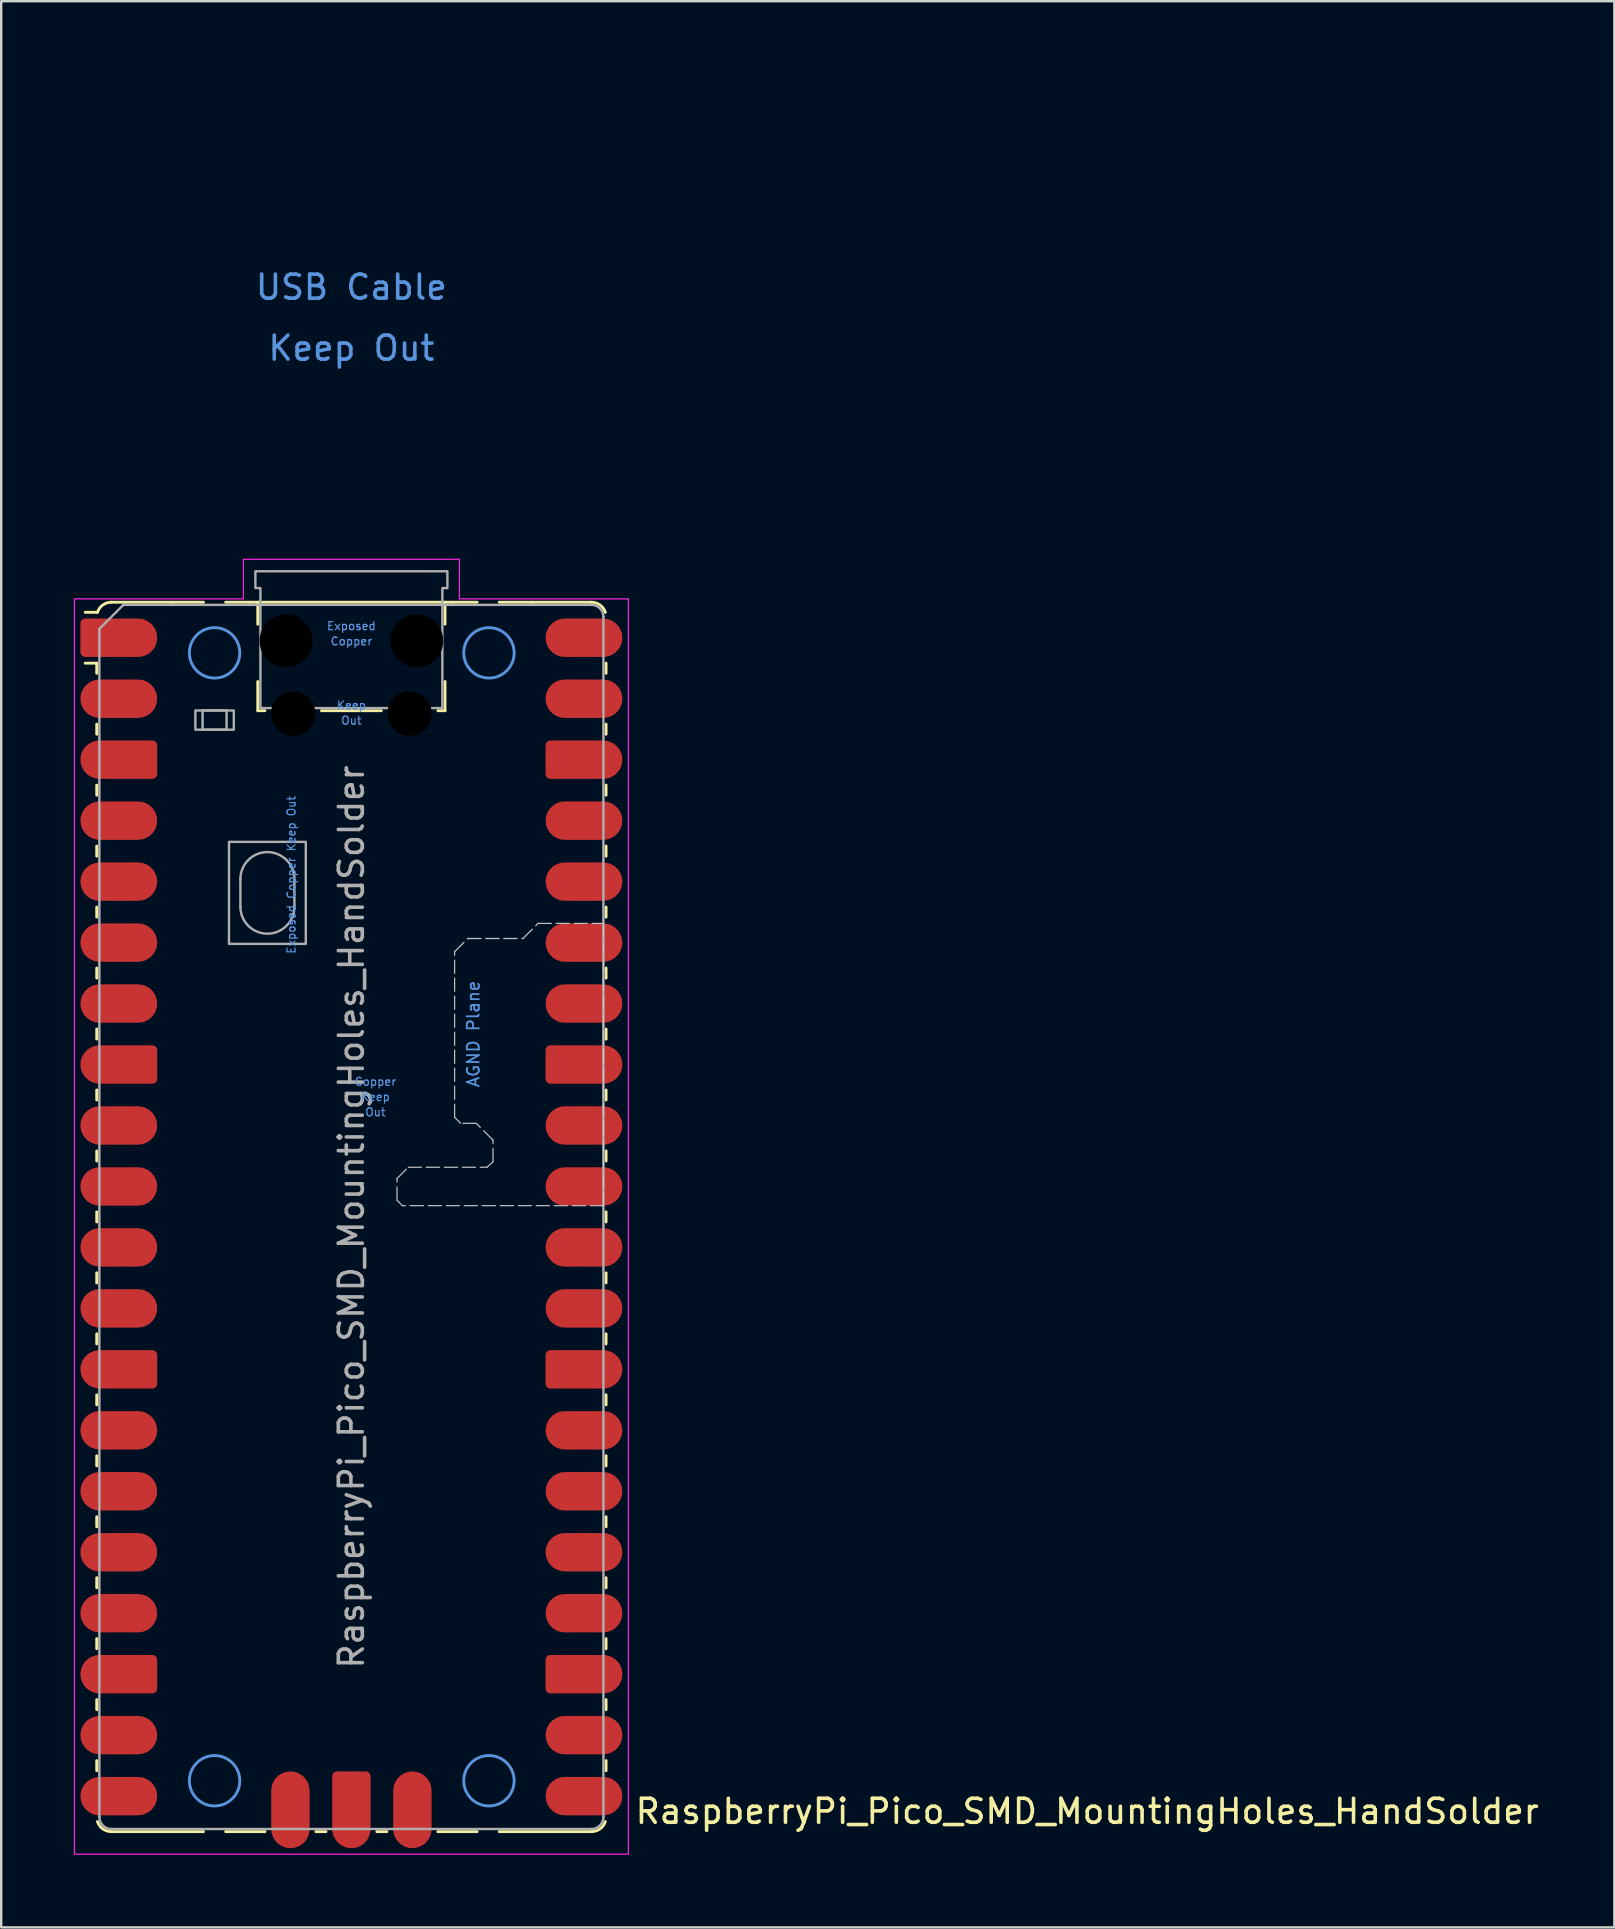
<source format=kicad_pcb>
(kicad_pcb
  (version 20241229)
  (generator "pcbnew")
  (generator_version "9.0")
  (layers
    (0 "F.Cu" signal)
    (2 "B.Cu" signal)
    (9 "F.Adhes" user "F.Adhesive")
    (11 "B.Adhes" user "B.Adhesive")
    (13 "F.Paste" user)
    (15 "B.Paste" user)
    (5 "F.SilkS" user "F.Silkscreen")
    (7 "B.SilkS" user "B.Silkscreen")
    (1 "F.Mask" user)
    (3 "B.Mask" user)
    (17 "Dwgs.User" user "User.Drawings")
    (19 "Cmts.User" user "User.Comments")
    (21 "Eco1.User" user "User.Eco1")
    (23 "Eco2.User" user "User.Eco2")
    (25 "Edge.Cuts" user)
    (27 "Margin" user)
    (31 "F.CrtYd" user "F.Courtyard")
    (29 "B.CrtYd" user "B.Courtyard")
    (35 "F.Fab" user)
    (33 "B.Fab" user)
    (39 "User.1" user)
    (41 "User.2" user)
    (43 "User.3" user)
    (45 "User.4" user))
  (footprint "RaspberryPi_Pico_SMD_MountingHoles_HandSolder"
    (layer "F.Cu")
    (at 11.59 47.65)
    (property "Reference" "RaspberryPi_Pico_SMD_MountingHoles_HandSolder" (at 11.748 24.765 0) (unlocked yes) (layer "F.SilkS") (effects (font (size 1 1) (thickness 0.15)) (justify left)))
    (attr smd)
    (fp_line (start -10.61 -23.07) (end -11.09 -23.07) (stroke (width 0.12) (type solid)) (layer "F.SilkS"))
    (fp_line (start -10.61 -23.07) (end -10.61 -22.65) (stroke (width 0.12) (type solid)) (layer "F.SilkS"))
    (fp_line (start -10.61 -20.53) (end -10.61 -20.11) (stroke (width 0.12) (type solid)) (layer "F.SilkS"))
    (fp_line (start -10.61 -17.99) (end -10.61 -17.57) (stroke (width 0.12) (type solid)) (layer "F.SilkS"))
    (fp_line (start -10.61 -15.45) (end -10.61 -15.03) (stroke (width 0.12) (type solid)) (layer "F.SilkS"))
    (fp_line (start -10.61 -12.91) (end -10.61 -12.49) (stroke (width 0.12) (type solid)) (layer "F.SilkS"))
    (fp_line (start -10.61 -10.37) (end -10.61 -9.95) (stroke (width 0.12) (type solid)) (layer "F.SilkS"))
    (fp_line (start -10.61 -7.83) (end -10.61 -7.41) (stroke (width 0.12) (type solid)) (layer "F.SilkS"))
    (fp_line (start -10.61 -5.29) (end -10.61 -4.87) (stroke (width 0.12) (type solid)) (layer "F.SilkS"))
    (fp_line (start -10.61 -2.75) (end -10.61 -2.33) (stroke (width 0.12) (type solid)) (layer "F.SilkS"))
    (fp_line (start -10.61 -0.21) (end -10.61 0.21) (stroke (width 0.12) (type solid)) (layer "F.SilkS"))
    (fp_line (start -10.61 2.33) (end -10.61 2.75) (stroke (width 0.12) (type solid)) (layer "F.SilkS"))
    (fp_line (start -10.61 4.87) (end -10.61 5.29) (stroke (width 0.12) (type solid)) (layer "F.SilkS"))
    (fp_line (start -10.61 7.41) (end -10.61 7.83) (stroke (width 0.12) (type solid)) (layer "F.SilkS"))
    (fp_line (start -10.61 9.95) (end -10.61 10.37) (stroke (width 0.12) (type solid)) (layer "F.SilkS"))
    (fp_line (start -10.61 12.49) (end -10.61 12.91) (stroke (width 0.12) (type solid)) (layer "F.SilkS"))
    (fp_line (start -10.61 15.03) (end -10.61 15.45) (stroke (width 0.12) (type solid)) (layer "F.SilkS"))
    (fp_line (start -10.61 17.57) (end -10.61 17.99) (stroke (width 0.12) (type solid)) (layer "F.SilkS"))
    (fp_line (start -10.61 20.11) (end -10.61 20.53) (stroke (width 0.12) (type solid)) (layer "F.SilkS"))
    (fp_line (start -10.61 22.65) (end -10.61 23.07) (stroke (width 0.12) (type solid)) (layer "F.SilkS"))
    (fp_line (start -10.58 -25.19) (end -11.09 -25.19) (stroke (width 0.12) (type solid)) (layer "F.SilkS"))
    (fp_line (start -10 -25.61) (end -7.51 -25.61) (stroke (width 0.12) (type solid)) (layer "F.SilkS"))
    (fp_line (start -10 25.61) (end -6.162 25.61) (stroke (width 0.12) (type solid)) (layer "F.SilkS"))
    (fp_line (start -7.51 -25.61) (end -6.162 -25.61) (stroke (width 0.12) (type solid)) (layer "F.SilkS"))
    (fp_line (start -5.238 -25.61) (end -4.235 -25.61) (stroke (width 0.12) (type solid)) (layer "F.SilkS"))
    (fp_line (start -4.235 -25.61) (end 4.235 -25.61) (stroke (width 0.12) (type solid)) (layer "F.SilkS"))
    (fp_line (start -3.9 -25.61) (end -3.9 -24.694) (stroke (width 0.12) (type solid)) (layer "F.SilkS"))
    (fp_line (start -3.9 -22.306) (end -3.9 -21.09) (stroke (width 0.12) (type solid)) (layer "F.SilkS"))
    (fp_line (start -3.9 -21.09) (end -3.604 -21.09) (stroke (width 0.12) (type solid)) (layer "F.SilkS"))
    (fp_line (start -3.6 25.61) (end -5.238 25.61) (stroke (width 0.12) (type solid)) (layer "F.SilkS"))
    (fp_line (start -1.48 25.61) (end -1.06 25.61) (stroke (width 0.12) (type solid)) (layer "F.SilkS"))
    (fp_line (start -1.246 -21.09) (end 1.246 -21.09) (stroke (width 0.12) (type solid)) (layer "F.SilkS"))
    (fp_line (start 1.06 25.61) (end 1.48 25.61) (stroke (width 0.12) (type solid)) (layer "F.SilkS"))
    (fp_line (start 3.604 -21.09) (end 3.9 -21.09) (stroke (width 0.12) (type solid)) (layer "F.SilkS"))
    (fp_line (start 3.9 -25.61) (end 3.9 -24.694) (stroke (width 0.12) (type solid)) (layer "F.SilkS"))
    (fp_line (start 3.9 -22.306) (end 3.9 -21.09) (stroke (width 0.12) (type solid)) (layer "F.SilkS"))
    (fp_line (start 4.235 -25.61) (end 5.238 -25.61) (stroke (width 0.12) (type solid)) (layer "F.SilkS"))
    (fp_line (start 5.238 25.61) (end 3.6 25.61) (stroke (width 0.12) (type solid)) (layer "F.SilkS"))
    (fp_line (start 6.162 -25.61) (end 7.51 -25.61) (stroke (width 0.12) (type solid)) (layer "F.SilkS"))
    (fp_line (start 6.162 25.61) (end 10 25.61) (stroke (width 0.12) (type solid)) (layer "F.SilkS"))
    (fp_line (start 10 -25.61) (end 7.51 -25.61) (stroke (width 0.12) (type solid)) (layer "F.SilkS"))
    (fp_line (start 10.61 -23.07) (end 10.61 -22.65) (stroke (width 0.12) (type solid)) (layer "F.SilkS"))
    (fp_line (start 10.61 -20.53) (end 10.61 -20.11) (stroke (width 0.12) (type solid)) (layer "F.SilkS"))
    (fp_line (start 10.61 -17.99) (end 10.61 -17.57) (stroke (width 0.12) (type solid)) (layer "F.SilkS"))
    (fp_line (start 10.61 -15.45) (end 10.61 -15.03) (stroke (width 0.12) (type solid)) (layer "F.SilkS"))
    (fp_line (start 10.61 -12.91) (end 10.61 -12.49) (stroke (width 0.12) (type solid)) (layer "F.SilkS"))
    (fp_line (start 10.61 -10.37) (end 10.61 -9.95) (stroke (width 0.12) (type solid)) (layer "F.SilkS"))
    (fp_line (start 10.61 -7.83) (end 10.61 -7.41) (stroke (width 0.12) (type solid)) (layer "F.SilkS"))
    (fp_line (start 10.61 -5.29) (end 10.61 -4.87) (stroke (width 0.12) (type solid)) (layer "F.SilkS"))
    (fp_line (start 10.61 -2.75) (end 10.61 -2.33) (stroke (width 0.12) (type solid)) (layer "F.SilkS"))
    (fp_line (start 10.61 -0.21) (end 10.61 0.21) (stroke (width 0.12) (type solid)) (layer "F.SilkS"))
    (fp_line (start 10.61 2.33) (end 10.61 2.75) (stroke (width 0.12) (type solid)) (layer "F.SilkS"))
    (fp_line (start 10.61 4.87) (end 10.61 5.29) (stroke (width 0.12) (type solid)) (layer "F.SilkS"))
    (fp_line (start 10.61 7.41) (end 10.61 7.83) (stroke (width 0.12) (type solid)) (layer "F.SilkS"))
    (fp_line (start 10.61 9.95) (end 10.61 10.37) (stroke (width 0.12) (type solid)) (layer "F.SilkS"))
    (fp_line (start 10.61 12.49) (end 10.61 12.91) (stroke (width 0.12) (type solid)) (layer "F.SilkS"))
    (fp_line (start 10.61 15.03) (end 10.61 15.45) (stroke (width 0.12) (type solid)) (layer "F.SilkS"))
    (fp_line (start 10.61 17.57) (end 10.61 17.99) (stroke (width 0.12) (type solid)) (layer "F.SilkS"))
    (fp_line (start 10.61 20.11) (end 10.61 20.53) (stroke (width 0.12) (type solid)) (layer "F.SilkS"))
    (fp_line (start 10.61 22.65) (end 10.61 23.07) (stroke (width 0.12) (type solid)) (layer "F.SilkS"))
    (fp_arc (start -10.579676 -25.19) (mid -10.357938 -25.493944) (end -10 -25.61) (stroke (width 0.12) (type solid)) (layer "F.SilkS"))
    (fp_arc (start -10 25.61) (mid -10.357937 25.493944) (end -10.579676 25.189937) (stroke (width 0.12) (type solid)) (layer "F.SilkS"))
    (fp_arc (start 10 -25.61) (mid 10.357937 -25.493944) (end 10.579676 -25.189937) (stroke (width 0.12) (type solid)) (layer "F.SilkS"))
    (fp_arc (start 10.579676 25.189937) (mid 10.357958 25.493991) (end 10 25.61) (stroke (width 0.12) (type solid)) (layer "F.SilkS"))
    (fp_poly (pts (xy 10.5 -0.47) (xy 2.12 -0.47) (xy 1.9 -0.7) (xy 1.9 -1.6) (xy 2.37 -2.07) (xy 5.65 -2.07) (xy 5.9 -2.3) (xy 5.9 -3.2) (xy 5.2 -3.9) (xy 4.55 -3.9) (xy 4.3 -4.15) (xy 4.3 -11.05) (xy 4.85 -11.6) (xy 7.15 -11.6) (xy 7.78 -12.23) (xy 10.5 -12.23)) (stroke (width 0.05) (type dash)) (fill no) (layer "Dwgs.User"))
    (fp_circle (center -5.7 -23.5) (end -4.65 -23.5) (stroke (width 0.12) (type solid)) (fill no) (layer "Cmts.User"))
    (fp_circle (center -5.7 23.49) (end -4.65 23.49) (stroke (width 0.12) (type solid)) (fill no) (layer "Cmts.User"))
    (fp_circle (center 5.73 -23.5) (end 6.78 -23.5) (stroke (width 0.12) (type solid)) (fill no) (layer "Cmts.User"))
    (fp_circle (center 5.73 23.49) (end 6.78 23.49) (stroke (width 0.12) (type solid)) (fill no) (layer "Cmts.User"))
    (fp_poly (pts (xy -4.5 -27.4) (xy 4.5 -27.4) (xy 4.5 -25.75) (xy 11.54 -25.75) (xy 11.54 26.55) (xy -11.54 26.55) (xy -11.54 -25.75) (xy -4.5 -25.75)) (stroke (width 0.05) (type solid)) (fill no) (layer "F.CrtYd"))
    (fp_line (start -10.5 -24.5) (end -9.5 -25.5) (stroke (width 0.1) (type solid)) (layer "F.Fab"))
    (fp_line (start -10.5 25) (end -10.5 -24.5) (stroke (width 0.1) (type solid)) (layer "F.Fab"))
    (fp_line (start -9.5 -25.5) (end 10 -25.5) (stroke (width 0.1) (type solid)) (layer "F.Fab"))
    (fp_line (start -4.625 -14.075) (end -4.625 -12.925) (stroke (width 0.1) (type solid)) (layer "F.Fab"))
    (fp_line (start -2.375 -14.075) (end -2.375 -12.925) (stroke (width 0.1) (type solid)) (layer "F.Fab"))
    (fp_line (start 10 25.5) (end -10 25.5) (stroke (width 0.1) (type solid)) (layer "F.Fab"))
    (fp_line (start 10.5 -25) (end 10.5 25) (stroke (width 0.1) (type solid)) (layer "F.Fab"))
    (fp_rect (start -6.5 -21.1) (end -4.9 -20.3) (stroke (width 0.1) (type solid)) (fill no) (layer "F.Fab"))
    (fp_rect (start -6.2 -21.1) (end -5.2 -20.3) (stroke (width 0.1) (type solid)) (fill no) (layer "F.Fab"))
    (fp_rect (start -5.1 -15.625) (end -1.9 -11.375) (stroke (width 0.1) (type solid)) (fill no) (layer "F.Fab"))
    (fp_arc (start -10 25.5) (mid -10.353553 25.353553) (end -10.5 25) (stroke (width 0.1) (type solid)) (layer "F.Fab"))
    (fp_arc (start -4.625 -14.075) (mid -3.5 -15.2) (end -2.375 -14.075) (stroke (width 0.1) (type solid)) (layer "F.Fab"))
    (fp_arc (start -2.375 -12.925) (mid -3.5 -11.8) (end -4.625 -12.925) (stroke (width 0.1) (type solid)) (layer "F.Fab"))
    (fp_arc (start 10 -25.5) (mid 10.353553 -25.353553) (end 10.5 -25) (stroke (width 0.1) (type solid)) (layer "F.Fab"))
    (fp_arc (start 10.5 25) (mid 10.353553 25.353553) (end 10 25.5) (stroke (width 0.1) (type solid)) (layer "F.Fab"))
    (fp_poly (pts (xy 3.79 -21.2) (xy 3.79 -26.2) (xy 4 -26.2) (xy 4 -26.9) (xy -4 -26.9) (xy -4 -26.2) (xy -3.79 -26.2) (xy -3.79 -21.2)) (stroke (width 0.1) (type solid)) (fill no) (layer "F.Fab"))
    (fp_text user "Keep" (at 0 -21.317 0) (unlocked yes) (layer "Cmts.User") (effects (font (size 0.333 0.333) (thickness 0.05))))
    (fp_text user "Out" (at 0 -20.683 0) (unlocked yes) (layer "Cmts.User") (effects (font (size 0.333 0.333) (thickness 0.05))))
    (fp_text user "Copper" (at 0 -23.983 0) (unlocked yes) (layer "Cmts.User") (effects (font (size 0.333 0.333) (thickness 0.05))))
    (fp_text user "Copper" (at 1 -5.635 0) (unlocked yes) (layer "Cmts.User") (effects (font (size 0.333 0.333) (thickness 0.05))))
    (fp_text user "AGND Plane" (at 5.08 -7.62 90) (unlocked yes) (layer "Cmts.User") (effects (font (size 0.5 0.5) (thickness 0.075))))
    (fp_text user "Keep Out" (at 0 -36.195 0) (unlocked yes) (layer "Cmts.User") (effects (font (size 1 1) (thickness 0.15))))
    (fp_text user "Exposed" (at 0 -24.617 0) (unlocked yes) (layer "Cmts.User") (effects (font (size 0.333 0.333) (thickness 0.05))))
    (fp_text user "Keep" (at 1 -5 0) (unlocked yes) (layer "Cmts.User") (effects (font (size 0.333 0.333) (thickness 0.05))))
    (fp_text user "Exposed Copper Keep Out" (at -2.5 -14.25 90) (unlocked yes) (layer "Cmts.User") (effects (font (size 0.333 0.333) (thickness 0.05))))
    (fp_text user "Out" (at 1 -4.365 0) (unlocked yes) (layer "Cmts.User") (effects (font (size 0.333 0.333) (thickness 0.05))))
    (fp_text user "USB Cable" (at 0 -38.735 0) (unlocked yes) (layer "Cmts.User") (effects (font (size 1 1) (thickness 0.15))))
    (fp_text user "${REFERENCE}" (at 0 0 90) (layer "F.Fab") (effects (font (size 1 1) (thickness 0.15))))
    (pad "" smd rect (at -8.89 -24.13) (size 3.8 2.2) (drill (offset -0.8 0)) (layers "F.Paste"))
    (pad "" smd rect (at -8.89 -21.59) (size 3.8 2.2) (drill (offset -0.8 0)) (layers "F.Paste"))
    (pad "" smd rect (at -8.89 -19.05) (size 3.8 2.2) (drill (offset -0.8 0)) (layers "F.Paste"))
    (pad "" smd rect (at -8.89 -16.51) (size 3.8 2.2) (drill (offset -0.8 0)) (layers "F.Paste"))
    (pad "" smd rect (at -8.89 -13.97) (size 3.8 2.2) (drill (offset -0.8 0)) (layers "F.Paste"))
    (pad "" smd rect (at -8.89 -11.43) (size 3.8 2.2) (drill (offset -0.8 0)) (layers "F.Paste"))
    (pad "" smd rect (at -8.89 -8.89) (size 3.8 2.2) (drill (offset -0.8 0)) (layers "F.Paste"))
    (pad "" smd rect (at -8.89 -6.35) (size 3.8 2.2) (drill (offset -0.8 0)) (layers "F.Paste"))
    (pad "" smd rect (at -8.89 -3.81) (size 3.8 2.2) (drill (offset -0.8 0)) (layers "F.Paste"))
    (pad "" smd rect (at -8.89 -1.27) (size 3.8 2.2) (drill (offset -0.8 0)) (layers "F.Paste"))
    (pad "" smd rect (at -8.89 1.27) (size 3.8 2.2) (drill (offset -0.8 0)) (layers "F.Paste"))
    (pad "" smd rect (at -8.89 3.81) (size 3.8 2.2) (drill (offset -0.8 0)) (layers "F.Paste"))
    (pad "" smd rect (at -8.89 6.35) (size 3.8 2.2) (drill (offset -0.8 0)) (layers "F.Paste"))
    (pad "" smd rect (at -8.89 8.89) (size 3.8 2.2) (drill (offset -0.8 0)) (layers "F.Paste"))
    (pad "" smd rect (at -8.89 11.43) (size 3.8 2.2) (drill (offset -0.8 0)) (layers "F.Paste"))
    (pad "" smd rect (at -8.89 13.97) (size 3.8 2.2) (drill (offset -0.8 0)) (layers "F.Paste"))
    (pad "" smd rect (at -8.89 16.51) (size 3.8 2.2) (drill (offset -0.8 0)) (layers "F.Paste"))
    (pad "" smd rect (at -8.89 19.05) (size 3.8 2.2) (drill (offset -0.8 0)) (layers "F.Paste"))
    (pad "" smd rect (at -8.89 21.59) (size 3.8 2.2) (drill (offset -0.8 0)) (layers "F.Paste"))
    (pad "" smd rect (at -8.89 24.13) (size 3.8 2.2) (drill (offset -0.8 0)) (layers "F.Paste"))
    (pad "" np_thru_hole circle (at -2.725 -24) (size 2.2 2.2) (drill 2.2) (layers "*.Mask"))
    (pad "" smd rect (at -2.54 23.9) (size 2.2 3.8) (drill (offset 0 0.8)) (layers "F.Paste"))
    (pad "" np_thru_hole circle (at -2.425 -20.97) (size 1.85 1.85) (drill 1.85) (layers "*.Mask"))
    (pad "" smd rect (at 0 23.9) (size 2.2 3.8) (drill (offset 0 0.8)) (layers "F.Paste"))
    (pad "" np_thru_hole circle (at 2.425 -20.97) (size 1.85 1.85) (drill 1.85) (layers "*.Mask"))
    (pad "" smd rect (at 2.54 23.9) (size 2.2 3.8) (drill (offset 0 0.8)) (layers "F.Paste"))
    (pad "" np_thru_hole circle (at 2.725 -24) (size 2.2 2.2) (drill 2.2) (layers "*.Mask"))
    (pad "" smd rect (at 8.89 -24.13) (size 3.8 2.2) (drill (offset 0.8 0)) (layers "F.Paste"))
    (pad "" smd rect (at 8.89 -21.59) (size 3.8 2.2) (drill (offset 0.8 0)) (layers "F.Paste"))
    (pad "" smd rect (at 8.89 -19.05) (size 3.8 2.2) (drill (offset 0.8 0)) (layers "F.Paste"))
    (pad "" smd rect (at 8.89 -16.51) (size 3.8 2.2) (drill (offset 0.8 0)) (layers "F.Paste"))
    (pad "" smd rect (at 8.89 -13.97) (size 3.8 2.2) (drill (offset 0.8 0)) (layers "F.Paste"))
    (pad "" smd rect (at 8.89 -11.43) (size 3.8 2.2) (drill (offset 0.8 0)) (layers "F.Paste"))
    (pad "" smd rect (at 8.89 -8.89) (size 3.8 2.2) (drill (offset 0.8 0)) (layers "F.Paste"))
    (pad "" smd rect (at 8.89 -6.35) (size 3.8 2.2) (drill (offset 0.8 0)) (layers "F.Paste"))
    (pad "" smd rect (at 8.89 -3.81) (size 3.8 2.2) (drill (offset 0.8 0)) (layers "F.Paste"))
    (pad "" smd rect (at 8.89 -1.27) (size 3.8 2.2) (drill (offset 0.8 0)) (layers "F.Paste"))
    (pad "" smd rect (at 8.89 1.27) (size 3.8 2.2) (drill (offset 0.8 0)) (layers "F.Paste"))
    (pad "" smd rect (at 8.89 3.81) (size 3.8 2.2) (drill (offset 0.8 0)) (layers "F.Paste"))
    (pad "" smd rect (at 8.89 6.35) (size 3.8 2.2) (drill (offset 0.8 0)) (layers "F.Paste"))
    (pad "" smd rect (at 8.89 8.89) (size 3.8 2.2) (drill (offset 0.8 0)) (layers "F.Paste"))
    (pad "" smd rect (at 8.89 11.43) (size 3.8 2.2) (drill (offset 0.8 0)) (layers "F.Paste"))
    (pad "" smd rect (at 8.89 13.97) (size 3.8 2.2) (drill (offset 0.8 0)) (layers "F.Paste"))
    (pad "" smd rect (at 8.89 16.51) (size 3.8 2.2) (drill (offset 0.8 0)) (layers "F.Paste"))
    (pad "" smd rect (at 8.89 19.05) (size 3.8 2.2) (drill (offset 0.8 0)) (layers "F.Paste"))
    (pad "" smd rect (at 8.89 21.59) (size 3.8 2.2) (drill (offset 0.8 0)) (layers "F.Paste"))
    (pad "" smd rect (at 8.89 24.13) (size 3.8 2.2) (drill (offset 0.8 0)) (layers "F.Paste"))
    (pad "1" smd custom (at -8.89 -24.13) (size 1.6 1.6) (layers "F.Cu" "F.Mask") (options (anchor circle)) (primitives (gr_poly (pts (xy -2.4 0.6) (xy -2.4 -0.6) (xy -2.2 -0.8) (xy 0 -0.8) (xy 0 0.8) (xy -2.2 0.8)) (width 0) (fill yes)) (gr_circle (center -2.2 0.6) (end -2 0.6) (width 0) (fill yes)) (gr_circle (center -2.2 -0.6) (end -2 -0.6) (width 0) (fill yes))))
    (pad "2" smd roundrect (at -8.89 -21.59) (size 3.2 1.6) (drill (offset -0.8 0)) (layers "F.Cu" "F.Mask") (roundrect_rratio 0.5))
    (pad "3" smd custom (at -8.89 -19.05) (size 1.6 1.6) (layers "F.Cu" "F.Mask") (options (anchor circle)) (primitives (gr_poly (pts (xy 0.8 -0.6) (xy 0.8 0.6) (xy 0.6 0.8) (xy -1.6 0.8) (xy -1.6 -0.8) (xy 0.6 -0.8)) (width 0) (fill yes)) (gr_circle (center 0.6 0.6) (end 0.8 0.6) (width 0) (fill yes)) (gr_circle (center 0.6 -0.6) (end 0.8 -0.6) (width 0) (fill yes)) (gr_circle (center -1.6 0) (end -0.8 0) (width 0) (fill yes))))
    (pad "4" smd roundrect (at -8.89 -16.51) (size 3.2 1.6) (drill (offset -0.8 0)) (layers "F.Cu" "F.Mask") (roundrect_rratio 0.5))
    (pad "5" smd roundrect (at -8.89 -13.97) (size 3.2 1.6) (drill (offset -0.8 0)) (layers "F.Cu" "F.Mask") (roundrect_rratio 0.5))
    (pad "6" smd roundrect (at -8.89 -11.43) (size 3.2 1.6) (drill (offset -0.8 0)) (layers "F.Cu" "F.Mask") (roundrect_rratio 0.5))
    (pad "7" smd roundrect (at -8.89 -8.89) (size 3.2 1.6) (drill (offset -0.8 0)) (layers "F.Cu" "F.Mask") (roundrect_rratio 0.5))
    (pad "8" smd custom (at -8.89 -6.35) (size 1.6 1.6) (layers "F.Cu" "F.Mask") (options (anchor circle)) (primitives (gr_poly (pts (xy 0.8 -0.6) (xy 0.8 0.6) (xy 0.6 0.8) (xy -1.6 0.8) (xy -1.6 -0.8) (xy 0.6 -0.8)) (width 0) (fill yes)) (gr_circle (center 0.6 0.6) (end 0.8 0.6) (width 0) (fill yes)) (gr_circle (center 0.6 -0.6) (end 0.8 -0.6) (width 0) (fill yes)) (gr_circle (center -1.6 0) (end -0.8 0) (width 0) (fill yes))))
    (pad "9" smd roundrect (at -8.89 -3.81) (size 3.2 1.6) (drill (offset -0.8 0)) (layers "F.Cu" "F.Mask") (roundrect_rratio 0.5))
    (pad "10" smd roundrect (at -8.89 -1.27) (size 3.2 1.6) (drill (offset -0.8 0)) (layers "F.Cu" "F.Mask") (roundrect_rratio 0.5))
    (pad "11" smd roundrect (at -8.89 1.27) (size 3.2 1.6) (drill (offset -0.8 0)) (layers "F.Cu" "F.Mask") (roundrect_rratio 0.5))
    (pad "12" smd roundrect (at -8.89 3.81) (size 3.2 1.6) (drill (offset -0.8 0)) (layers "F.Cu" "F.Mask") (roundrect_rratio 0.5))
    (pad "13" smd custom (at -8.89 6.35) (size 1.6 1.6) (layers "F.Cu" "F.Mask") (options (anchor circle)) (primitives (gr_poly (pts (xy 0.8 -0.6) (xy 0.8 0.6) (xy 0.6 0.8) (xy -1.6 0.8) (xy -1.6 -0.8) (xy 0.6 -0.8)) (width 0) (fill yes)) (gr_circle (center 0.6 0.6) (end 0.8 0.6) (width 0) (fill yes)) (gr_circle (center 0.6 -0.6) (end 0.8 -0.6) (width 0) (fill yes)) (gr_circle (center -1.6 0) (end -0.8 0) (width 0) (fill yes))))
    (pad "14" smd roundrect (at -8.89 8.89) (size 3.2 1.6) (drill (offset -0.8 0)) (layers "F.Cu" "F.Mask") (roundrect_rratio 0.5))
    (pad "15" smd roundrect (at -8.89 11.43) (size 3.2 1.6) (drill (offset -0.8 0)) (layers "F.Cu" "F.Mask") (roundrect_rratio 0.5))
    (pad "16" smd roundrect (at -8.89 13.97) (size 3.2 1.6) (drill (offset -0.8 0)) (layers "F.Cu" "F.Mask") (roundrect_rratio 0.5))
    (pad "17" smd roundrect (at -8.89 16.51) (size 3.2 1.6) (drill (offset -0.8 0)) (layers "F.Cu" "F.Mask") (roundrect_rratio 0.5))
    (pad "18" smd custom (at -8.89 19.05) (size 1.6 1.6) (layers "F.Cu" "F.Mask") (options (anchor circle)) (primitives (gr_poly (pts (xy 0.8 -0.6) (xy 0.8 0.6) (xy 0.6 0.8) (xy -1.6 0.8) (xy -1.6 -0.8) (xy 0.6 -0.8)) (width 0) (fill yes)) (gr_circle (center 0.6 0.6) (end 0.8 0.6) (width 0) (fill yes)) (gr_circle (center 0.6 -0.6) (end 0.8 -0.6) (width 0) (fill yes)) (gr_circle (center -1.6 0) (end -0.8 0) (width 0) (fill yes))))
    (pad "19" smd roundrect (at -8.89 21.59) (size 3.2 1.6) (drill (offset -0.8 0)) (layers "F.Cu" "F.Mask") (roundrect_rratio 0.5))
    (pad "20" smd roundrect (at -8.89 24.13) (size 3.2 1.6) (drill (offset -0.8 0)) (layers "F.Cu" "F.Mask") (roundrect_rratio 0.5))
    (pad "21" smd roundrect (at 8.89 24.13) (size 3.2 1.6) (drill (offset 0.8 0)) (layers "F.Cu" "F.Mask") (roundrect_rratio 0.5))
    (pad "22" smd roundrect (at 8.89 21.59) (size 3.2 1.6) (drill (offset 0.8 0)) (layers "F.Cu" "F.Mask") (roundrect_rratio 0.5))
    (pad "23" smd custom (at 8.89 19.05) (size 1.6 1.6) (layers "F.Cu" "F.Mask") (options (anchor circle)) (primitives (gr_poly (pts (xy -0.8 -0.6) (xy -0.8 0.6) (xy -0.6 0.8) (xy 1.6 0.8) (xy 1.6 -0.8) (xy -0.6 -0.8)) (width 0) (fill yes)) (gr_circle (center -0.6 0.6) (end -0.4 0.6) (width 0) (fill yes)) (gr_circle (center -0.6 -0.6) (end -0.4 -0.6) (width 0) (fill yes)) (gr_circle (center 1.6 0) (end 2.4 0) (width 0) (fill yes))))
    (pad "24" smd roundrect (at 8.89 16.51) (size 3.2 1.6) (drill (offset 0.8 0)) (layers "F.Cu" "F.Mask") (roundrect_rratio 0.5))
    (pad "25" smd roundrect (at 8.89 13.97) (size 3.2 1.6) (drill (offset 0.8 0)) (layers "F.Cu" "F.Mask") (roundrect_rratio 0.5))
    (pad "26" smd roundrect (at 8.89 11.43) (size 3.2 1.6) (drill (offset 0.8 0)) (layers "F.Cu" "F.Mask") (roundrect_rratio 0.5))
    (pad "27" smd roundrect (at 8.89 8.89) (size 3.2 1.6) (drill (offset 0.8 0)) (layers "F.Cu" "F.Mask") (roundrect_rratio 0.5))
    (pad "28" smd custom (at 8.89 6.35) (size 1.6 1.6) (layers "F.Cu" "F.Mask") (options (anchor circle)) (primitives (gr_poly (pts (xy -0.8 -0.6) (xy -0.8 0.6) (xy -0.6 0.8) (xy 1.6 0.8) (xy 1.6 -0.8) (xy -0.6 -0.8)) (width 0) (fill yes)) (gr_circle (center -0.6 0.6) (end -0.4 0.6) (width 0) (fill yes)) (gr_circle (center -0.6 -0.6) (end -0.4 -0.6) (width 0) (fill yes)) (gr_circle (center 1.6 0) (end 2.4 0) (width 0) (fill yes))))
    (pad "29" smd roundrect (at 8.89 3.81) (size 3.2 1.6) (drill (offset 0.8 0)) (layers "F.Cu" "F.Mask") (roundrect_rratio 0.5))
    (pad "30" smd roundrect (at 8.89 1.27) (size 3.2 1.6) (drill (offset 0.8 0)) (layers "F.Cu" "F.Mask") (roundrect_rratio 0.5))
    (pad "31" smd roundrect (at 8.89 -1.27) (size 3.2 1.6) (drill (offset 0.8 0)) (layers "F.Cu" "F.Mask") (roundrect_rratio 0.5))
    (pad "32" smd roundrect (at 8.89 -3.81) (size 3.2 1.6) (drill (offset 0.8 0)) (layers "F.Cu" "F.Mask") (roundrect_rratio 0.5))
    (pad "33" smd custom (at 8.89 -6.35) (size 1.6 1.6) (layers "F.Cu" "F.Mask") (options (anchor circle)) (primitives (gr_poly (pts (xy -0.8 -0.6) (xy -0.8 0.6) (xy -0.6 0.8) (xy 1.6 0.8) (xy 1.6 -0.8) (xy -0.6 -0.8)) (width 0) (fill yes)) (gr_circle (center -0.6 0.6) (end -0.4 0.6) (width 0) (fill yes)) (gr_circle (center -0.6 -0.6) (end -0.4 -0.6) (width 0) (fill yes)) (gr_circle (center 1.6 0) (end 2.4 0) (width 0) (fill yes))))
    (pad "34" smd roundrect (at 8.89 -8.89) (size 3.2 1.6) (drill (offset 0.8 0)) (layers "F.Cu" "F.Mask") (roundrect_rratio 0.5))
    (pad "35" smd roundrect (at 8.89 -11.43) (size 3.2 1.6) (drill (offset 0.8 0)) (layers "F.Cu" "F.Mask") (roundrect_rratio 0.5))
    (pad "36" smd roundrect (at 8.89 -13.97) (size 3.2 1.6) (drill (offset 0.8 0)) (layers "F.Cu" "F.Mask") (roundrect_rratio 0.5))
    (pad "37" smd roundrect (at 8.89 -16.51) (size 3.2 1.6) (drill (offset 0.8 0)) (layers "F.Cu" "F.Mask") (roundrect_rratio 0.5))
    (pad "38" smd custom (at 8.89 -19.05) (size 1.6 1.6) (layers "F.Cu" "F.Mask") (options (anchor circle)) (primitives (gr_poly (pts (xy -0.8 -0.6) (xy -0.8 0.6) (xy -0.6 0.8) (xy 1.6 0.8) (xy 1.6 -0.8) (xy -0.6 -0.8)) (width 0) (fill yes)) (gr_circle (center -0.6 0.6) (end -0.4 0.6) (width 0) (fill yes)) (gr_circle (center -0.6 -0.6) (end -0.4 -0.6) (width 0) (fill yes)) (gr_circle (center 1.6 0) (end 2.4 0) (width 0) (fill yes))))
    (pad "39" smd roundrect (at 8.89 -21.59) (size 3.2 1.6) (drill (offset 0.8 0)) (layers "F.Cu" "F.Mask") (roundrect_rratio 0.5))
    (pad "40" smd roundrect (at 8.89 -24.13) (size 3.2 1.6) (drill (offset 0.8 0)) (layers "F.Cu" "F.Mask") (roundrect_rratio 0.5))
    (pad "D1" smd roundrect (at -2.54 23.9 90) (size 3.2 1.6) (drill (offset -0.8 0)) (layers "F.Cu" "F.Mask") (roundrect_rratio 0.5))
    (pad "D2" smd custom (at 0 23.9 270) (size 1.6 1.6) (layers "F.Cu" "F.Mask") (options (anchor circle)) (primitives (gr_poly (pts (xy -0.8 -0.6) (xy -0.8 0.6) (xy -0.6 0.8) (xy 1.6 0.8) (xy 1.6 -0.8) (xy -0.6 -0.8)) (width 0) (fill yes)) (gr_circle (center -0.6 0.6) (end -0.4 0.6) (width 0) (fill yes)) (gr_circle (center -0.6 -0.6) (end -0.4 -0.6) (width 0) (fill yes)) (gr_circle (center 1.6 0) (end 2.4 0) (width 0) (fill yes))))
    (pad "D3" smd roundrect (at 2.54 23.9 90) (size 3.2 1.6) (drill (offset -0.8 0)) (layers "F.Cu" "F.Mask") (roundrect_rratio 0.5))
    (zone (net_name "") (layers "F.Cu" "F.Paste") (name "Pad Keep Out TP6") (hatch full 0.5) (connect_pads) (min_thickness 0.25) (filled_areas_thickness no) (keepout (tracks not_allowed) (vias not_allowed) (pads not_allowed) (copperpour not_allowed) (footprints allowed)) (placement (enabled no)) (fill) (polygon (pts (xy 8.574 37.598) (xy 8.448 37.564) (xy 8.334 37.498) (xy 8.242 37.406) (xy 8.176 37.292) (xy 8.142 37.166) (xy 8.14 37.1) (xy 8.14 33.4) (xy 10.04 33.4) (xy 10.04 37.1) (xy 10.038 37.166) (xy 10.004 37.292) (xy 9.938 37.406) (xy 9.846 37.498) (xy 9.732 37.564) (xy 9.606 37.598) (xy 9.54 37.6) (xy 8.64 37.6))))
    (zone (net_name "") (layers "F.Cu" "F.Paste") (name "Pad Keep Out TP3") (hatch full 0.5) (connect_pads) (min_thickness 0.25) (filled_areas_thickness no) (keepout (tracks not_allowed) (vias not_allowed) (pads not_allowed) (copperpour not_allowed) (footprints allowed)) (placement (enabled no)) (fill) (polygon (pts (xy 9.642 22.834) (xy 9.676 22.708) (xy 9.742 22.594) (xy 9.834 22.502) (xy 9.948 22.436) (xy 10.074 22.402) (xy 10.14 22.4) (xy 10.59 22.4) (xy 10.59 24.3) (xy 10.14 24.3) (xy 10.074 24.298) (xy 9.948 24.264) (xy 9.834 24.198) (xy 9.742 24.106) (xy 9.676 23.992) (xy 9.642 23.866) (xy 9.64 23.8) (xy 9.64 22.9))))
    (zone (net_name "") (layers "F.Cu" "F.Paste") (name "Pad Keep Out TP4") (hatch full 0.5) (connect_pads) (min_thickness 0.25) (filled_areas_thickness no) (keepout (tracks not_allowed) (vias not_allowed) (pads not_allowed) (copperpour not_allowed) (footprints allowed)) (placement (enabled no)) (fill) (polygon (pts (xy 10.04 33.4) (xy 10.04 29.7) (xy 10.038 29.634) (xy 10.004 29.508) (xy 9.938 29.394) (xy 9.846 29.302) (xy 9.732 29.236) (xy 9.606 29.202) (xy 9.54 29.2) (xy 8.64 29.2) (xy 8.574 29.202) (xy 8.448 29.236) (xy 8.334 29.302) (xy 8.242 29.394) (xy 8.176 29.508) (xy 8.142 29.634) (xy 8.14 29.7) (xy 8.14 33.4))))
    (zone (net_name "") (layers "F.Cu" "F.Paste") (name "Pad Keep Out TP3") (hatch full 0.5) (connect_pads) (min_thickness 0.25) (filled_areas_thickness no) (keepout (tracks not_allowed) (vias not_allowed) (pads not_allowed) (copperpour not_allowed) (footprints allowed)) (placement (enabled no)) (fill) (polygon (pts (xy 10.59 24.3) (xy 11.04 24.3) (xy 11.106 24.298) (xy 11.232 24.264) (xy 11.346 24.198) (xy 11.438 24.106) (xy 11.504 23.992) (xy 11.538 23.866) (xy 11.54 23.8) (xy 11.54 22.9) (xy 11.538 22.834) (xy 11.504 22.708) (xy 11.438 22.594) (xy 11.346 22.502) (xy 11.232 22.436) (xy 11.106 22.402) (xy 11.04 22.4) (xy 10.59 22.4))))
    (zone (net_name "") (layers "F.Cu" "F.Paste") (name "Pad Keep Out TP1") (hatch full 0.5) (connect_pads) (min_thickness 0.25) (filled_areas_thickness no) (keepout (tracks not_allowed) (vias not_allowed) (pads not_allowed) (copperpour not_allowed) (footprints allowed)) (placement (enabled no)) (fill) (polygon (pts (xy 10.642 26.134) (xy 10.676 26.008) (xy 10.742 25.894) (xy 10.834 25.802) (xy 10.948 25.736) (xy 11.074 25.702) (xy 11.14 25.7) (xy 11.59 25.7) (xy 11.59 27.6) (xy 11.14 27.6) (xy 11.074 27.598) (xy 10.948 27.564) (xy 10.834 27.498) (xy 10.742 27.406) (xy 10.676 27.292) (xy 10.642 27.166) (xy 10.64 27.1) (xy 10.64 26.2))))
    (zone (net_name "") (layers "F.Cu" "F.Paste") (name "Pad Keep Out TP1") (hatch full 0.5) (connect_pads) (min_thickness 0.25) (filled_areas_thickness no) (keepout (tracks not_allowed) (vias not_allowed) (pads not_allowed) (copperpour not_allowed) (footprints allowed)) (placement (enabled no)) (fill) (polygon (pts (xy 11.59 27.6) (xy 12.04 27.6) (xy 12.106 27.598) (xy 12.232 27.564) (xy 12.346 27.498) (xy 12.438 27.406) (xy 12.504 27.292) (xy 12.538 27.166) (xy 12.54 27.1) (xy 12.54 26.2) (xy 12.538 26.134) (xy 12.504 26.008) (xy 12.438 25.894) (xy 12.346 25.802) (xy 12.232 25.736) (xy 12.106 25.702) (xy 12.04 25.7) (xy 11.59 25.7))))
    (zone (net_name "") (layers "F.Cu" "F.Paste") (name "Pad Keep Out TP2") (hatch full 0.5) (connect_pads) (min_thickness 0.25) (filled_areas_thickness no) (keepout (tracks not_allowed) (vias not_allowed) (pads not_allowed) (copperpour not_allowed) (footprints allowed)) (placement (enabled no)) (fill) (polygon (pts (xy 11.642 22.849) (xy 11.676 22.723) (xy 11.742 22.609) (xy 11.834 22.517) (xy 11.948 22.451) (xy 12.074 22.417) (xy 12.14 22.415) (xy 12.59 22.415) (xy 12.59 24.315) (xy 12.14 24.315) (xy 12.074 24.313) (xy 11.948 24.279) (xy 11.834 24.213) (xy 11.742 24.121) (xy 11.676 24.007) (xy 11.642 23.881) (xy 11.64 23.815) (xy 11.64 22.915))))
    (zone (net_name "") (layers "F.Cu" "F.Paste") (name "Pad Keep Out TP7") (hatch full 0.5) (connect_pads) (min_thickness 0.25) (filled_areas_thickness no) (keepout (tracks not_allowed) (vias not_allowed) (pads not_allowed) (copperpour not_allowed) (footprints allowed)) (placement (enabled no)) (fill) (polygon (pts (xy 11.642 42.134) (xy 11.676 42.008) (xy 11.742 41.894) (xy 11.834 41.802) (xy 11.948 41.736) (xy 12.074 41.702) (xy 12.14 41.7) (xy 12.59 41.7) (xy 12.59 43.6) (xy 12.14 43.6) (xy 12.074 43.598) (xy 11.948 43.564) (xy 11.834 43.498) (xy 11.742 43.406) (xy 11.676 43.292) (xy 11.642 43.166) (xy 11.64 43.1) (xy 11.64 42.2))))
    (zone (net_name "") (layers "F.Cu" "F.Paste") (name "Pad Keep Out TP2") (hatch full 0.5) (connect_pads) (min_thickness 0.25) (filled_areas_thickness no) (keepout (tracks not_allowed) (vias not_allowed) (pads not_allowed) (copperpour not_allowed) (footprints allowed)) (placement (enabled no)) (fill) (polygon (pts (xy 12.59 24.315) (xy 13.04 24.315) (xy 13.106 24.313) (xy 13.232 24.279) (xy 13.346 24.213) (xy 13.438 24.121) (xy 13.504 24.007) (xy 13.538 23.881) (xy 13.54 23.815) (xy 13.54 22.915) (xy 13.538 22.849) (xy 13.504 22.723) (xy 13.438 22.609) (xy 13.346 22.517) (xy 13.232 22.451) (xy 13.106 22.417) (xy 13.04 22.415) (xy 12.59 22.415))))
    (zone (net_name "") (layers "F.Cu" "F.Paste") (name "Pad Keep Out TP7") (hatch full 0.5) (connect_pads) (min_thickness 0.25) (filled_areas_thickness no) (keepout (tracks not_allowed) (vias not_allowed) (pads not_allowed) (copperpour not_allowed) (footprints allowed)) (placement (enabled no)) (fill) (polygon (pts (xy 12.59 43.6) (xy 13.04 43.6) (xy 13.106 43.598) (xy 13.232 43.564) (xy 13.346 43.498) (xy 13.438 43.406) (xy 13.504 43.292) (xy 13.538 43.166) (xy 13.54 43.1) (xy 13.54 42.2) (xy 13.538 42.134) (xy 13.504 42.008) (xy 13.438 41.894) (xy 13.346 41.802) (xy 13.232 41.736) (xy 13.106 41.702) (xy 13.04 41.7) (xy 12.59 41.7))))
    (zone (net_name "") (layer "Edge.Cuts") (name "Board Keep Out USB Cable") (hatch edge 0.5) (connect_pads) (min_thickness 0.254) (filled_areas_thickness no) (keepout (tracks allowed) (vias allowed) (pads allowed) (copperpour allowed) (footprints allowed)) (placement (enabled no)) (fill) (polygon (pts (xy 5.39 0) (xy 17.79 0) (xy 17.79 20.4) (xy 5.39 20.4))))
    (zone (net_name "") (layer "F.CrtYd") (name "USB Cable Keep Out") (hatch full 0.5) (connect_pads) (min_thickness 0.254) (filled_areas_thickness no) (keepout (tracks allowed) (vias allowed) (pads allowed) (copperpour allowed) (footprints not_allowed)) (placement (enabled no)) (fill) (polygon (pts (xy 5.84 19.95) (xy 7.65 19.95) (xy 7.65 20.25) (xy 15.53 20.25) (xy 15.53 19.95) (xy 17.34 19.95) (xy 17.34 0.45) (xy 5.84 0.45)))))
  (gr_rect
    (start -3 -3)
    (end 64.207 77.25)
    (stroke (width 0.1) (type default))
    (fill no)
    (layer "Edge.Cuts")))
</source>
